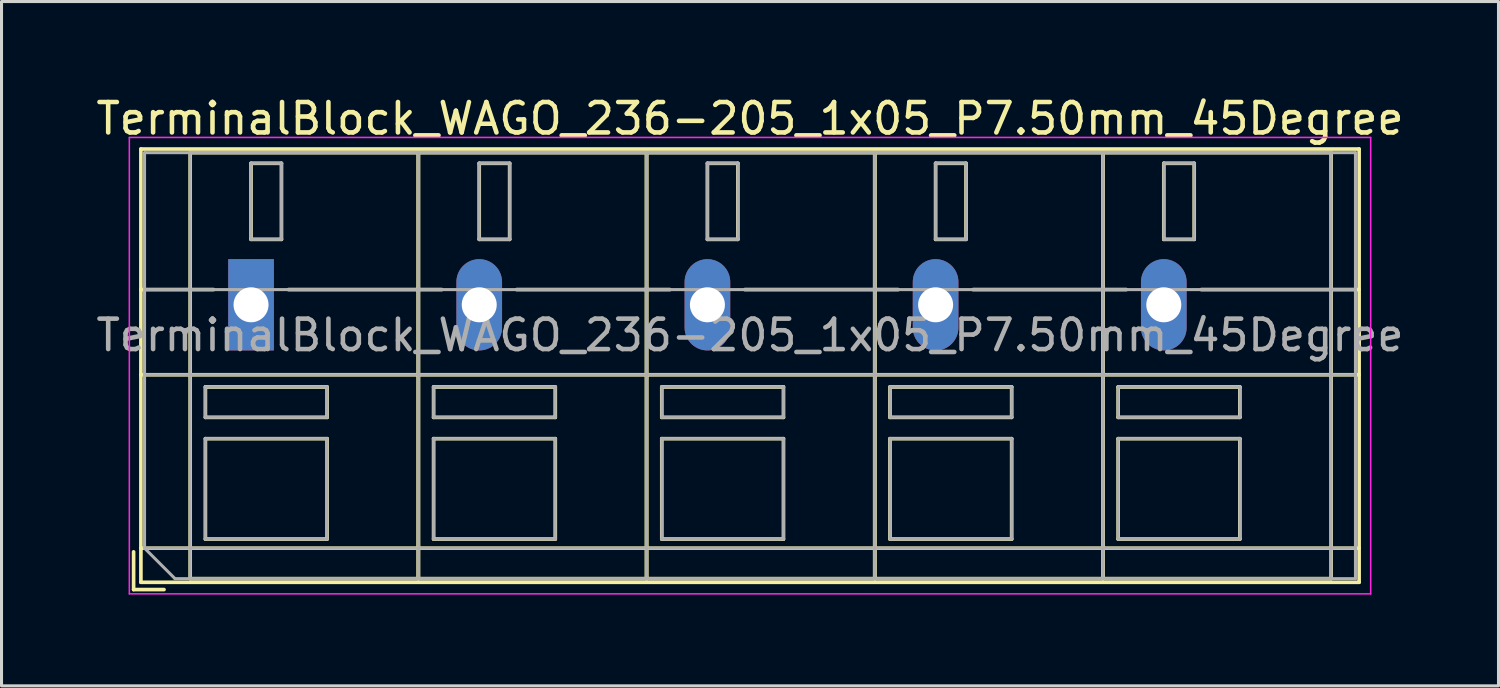
<source format=kicad_pcb>
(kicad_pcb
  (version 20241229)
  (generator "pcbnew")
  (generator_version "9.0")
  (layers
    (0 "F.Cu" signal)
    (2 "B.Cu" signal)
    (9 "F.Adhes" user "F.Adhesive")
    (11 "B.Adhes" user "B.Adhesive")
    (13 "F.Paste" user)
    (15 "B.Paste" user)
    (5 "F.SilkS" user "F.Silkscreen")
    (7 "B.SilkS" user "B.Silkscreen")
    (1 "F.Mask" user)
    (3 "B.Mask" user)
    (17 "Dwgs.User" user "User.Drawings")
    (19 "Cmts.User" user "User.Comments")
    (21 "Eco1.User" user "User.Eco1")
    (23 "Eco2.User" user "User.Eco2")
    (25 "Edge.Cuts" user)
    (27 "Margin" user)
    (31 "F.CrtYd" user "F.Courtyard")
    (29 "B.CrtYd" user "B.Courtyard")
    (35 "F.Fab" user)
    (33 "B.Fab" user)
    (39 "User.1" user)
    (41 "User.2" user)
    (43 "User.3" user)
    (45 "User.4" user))
  (footprint "TerminalBlock_WAGO_236-205_1x05_P7.50mm_45Degree"
    (layer "F.Cu")
    (at 5.201 6.968)
    (property "Reference" "TerminalBlock_WAGO_236-205_1x05_P7.50mm_45Degree" (at 16.4 -6.12 0) (layer "F.SilkS") (effects (font (size 1 1) (thickness 0.15))))
    (attr through_hole)
    (fp_line (start -3.86 8.12) (end -3.86 9.36) (stroke (width 0.12) (type solid)) (layer "F.SilkS"))
    (fp_line (start -3.86 9.36) (end -2.86 9.36) (stroke (width 0.12) (type solid)) (layer "F.SilkS"))
    (fp_line (start -3.62 -5.12) (end -3.62 9.12) (stroke (width 0.12) (type solid)) (layer "F.SilkS"))
    (fp_line (start -3.62 -5.12) (end 36.42 -5.12) (stroke (width 0.12) (type solid)) (layer "F.SilkS"))
    (fp_line (start -3.62 -0.5) (end -1.23 -0.5) (stroke (width 0.12) (type solid)) (layer "F.SilkS"))
    (fp_line (start -3.62 2.3) (end 36.42 2.3) (stroke (width 0.12) (type solid)) (layer "F.SilkS"))
    (fp_line (start -3.62 8) (end 36.42 8) (stroke (width 0.12) (type solid)) (layer "F.SilkS"))
    (fp_line (start -3.62 9.12) (end 36.42 9.12) (stroke (width 0.12) (type solid)) (layer "F.SilkS"))
    (fp_line (start -2 -5) (end -2 9) (stroke (width 0.12) (type solid)) (layer "F.SilkS"))
    (fp_line (start -2 -5) (end 5.5 -5) (stroke (width 0.12) (type solid)) (layer "F.SilkS"))
    (fp_line (start -2 9) (end 5.5 9) (stroke (width 0.12) (type solid)) (layer "F.SilkS"))
    (fp_line (start -1.5 2.7) (end -1.5 3.7) (stroke (width 0.12) (type solid)) (layer "F.SilkS"))
    (fp_line (start -1.5 2.7) (end 2.5 2.7) (stroke (width 0.12) (type solid)) (layer "F.SilkS"))
    (fp_line (start -1.5 3.7) (end 2.5 3.7) (stroke (width 0.12) (type solid)) (layer "F.SilkS"))
    (fp_line (start -1.5 4.4) (end -1.5 7.7) (stroke (width 0.12) (type solid)) (layer "F.SilkS"))
    (fp_line (start -1.5 4.4) (end 2.5 4.4) (stroke (width 0.12) (type solid)) (layer "F.SilkS"))
    (fp_line (start -1.5 7.7) (end 2.5 7.7) (stroke (width 0.12) (type solid)) (layer "F.SilkS"))
    (fp_line (start 0 -4.65) (end 0 -2.151) (stroke (width 0.12) (type solid)) (layer "F.SilkS"))
    (fp_line (start 0 -4.65) (end 1 -4.65) (stroke (width 0.12) (type solid)) (layer "F.SilkS"))
    (fp_line (start 0 -2.151) (end 1 -2.151) (stroke (width 0.12) (type solid)) (layer "F.SilkS"))
    (fp_line (start 1 -4.65) (end 1 -2.151) (stroke (width 0.12) (type solid)) (layer "F.SilkS"))
    (fp_line (start 1.23 -0.5) (end 6.27 -0.5) (stroke (width 0.12) (type solid)) (layer "F.SilkS"))
    (fp_line (start 2.5 2.7) (end 2.5 3.7) (stroke (width 0.12) (type solid)) (layer "F.SilkS"))
    (fp_line (start 2.5 4.4) (end 2.5 7.7) (stroke (width 0.12) (type solid)) (layer "F.SilkS"))
    (fp_line (start 5.5 -5) (end 5.5 9) (stroke (width 0.12) (type solid)) (layer "F.SilkS"))
    (fp_line (start 5.5 -5) (end 5.5 9) (stroke (width 0.12) (type solid)) (layer "F.SilkS"))
    (fp_line (start 5.5 -5) (end 13 -5) (stroke (width 0.12) (type solid)) (layer "F.SilkS"))
    (fp_line (start 5.5 9) (end 13 9) (stroke (width 0.12) (type solid)) (layer "F.SilkS"))
    (fp_line (start 6 2.7) (end 6 3.7) (stroke (width 0.12) (type solid)) (layer "F.SilkS"))
    (fp_line (start 6 2.7) (end 10 2.7) (stroke (width 0.12) (type solid)) (layer "F.SilkS"))
    (fp_line (start 6 3.7) (end 10 3.7) (stroke (width 0.12) (type solid)) (layer "F.SilkS"))
    (fp_line (start 6 4.4) (end 6 7.7) (stroke (width 0.12) (type solid)) (layer "F.SilkS"))
    (fp_line (start 6 4.4) (end 10 4.4) (stroke (width 0.12) (type solid)) (layer "F.SilkS"))
    (fp_line (start 6 7.7) (end 10 7.7) (stroke (width 0.12) (type solid)) (layer "F.SilkS"))
    (fp_line (start 7.5 -4.65) (end 7.5 -2.151) (stroke (width 0.12) (type solid)) (layer "F.SilkS"))
    (fp_line (start 7.5 -4.65) (end 8.5 -4.65) (stroke (width 0.12) (type solid)) (layer "F.SilkS"))
    (fp_line (start 7.5 -2.151) (end 8.5 -2.151) (stroke (width 0.12) (type solid)) (layer "F.SilkS"))
    (fp_line (start 8.5 -4.65) (end 8.5 -2.151) (stroke (width 0.12) (type solid)) (layer "F.SilkS"))
    (fp_line (start 8.73 -0.5) (end 13.77 -0.5) (stroke (width 0.12) (type solid)) (layer "F.SilkS"))
    (fp_line (start 10 2.7) (end 10 3.7) (stroke (width 0.12) (type solid)) (layer "F.SilkS"))
    (fp_line (start 10 4.4) (end 10 7.7) (stroke (width 0.12) (type solid)) (layer "F.SilkS"))
    (fp_line (start 13 -5) (end 13 9) (stroke (width 0.12) (type solid)) (layer "F.SilkS"))
    (fp_line (start 13 -5) (end 13 9) (stroke (width 0.12) (type solid)) (layer "F.SilkS"))
    (fp_line (start 13 -5) (end 20.5 -5) (stroke (width 0.12) (type solid)) (layer "F.SilkS"))
    (fp_line (start 13 9) (end 20.5 9) (stroke (width 0.12) (type solid)) (layer "F.SilkS"))
    (fp_line (start 13.5 2.7) (end 13.5 3.7) (stroke (width 0.12) (type solid)) (layer "F.SilkS"))
    (fp_line (start 13.5 2.7) (end 17.5 2.7) (stroke (width 0.12) (type solid)) (layer "F.SilkS"))
    (fp_line (start 13.5 3.7) (end 17.5 3.7) (stroke (width 0.12) (type solid)) (layer "F.SilkS"))
    (fp_line (start 13.5 4.4) (end 13.5 7.7) (stroke (width 0.12) (type solid)) (layer "F.SilkS"))
    (fp_line (start 13.5 4.4) (end 17.5 4.4) (stroke (width 0.12) (type solid)) (layer "F.SilkS"))
    (fp_line (start 13.5 7.7) (end 17.5 7.7) (stroke (width 0.12) (type solid)) (layer "F.SilkS"))
    (fp_line (start 15 -4.65) (end 15 -2.151) (stroke (width 0.12) (type solid)) (layer "F.SilkS"))
    (fp_line (start 15 -4.65) (end 16 -4.65) (stroke (width 0.12) (type solid)) (layer "F.SilkS"))
    (fp_line (start 15 -2.151) (end 16 -2.151) (stroke (width 0.12) (type solid)) (layer "F.SilkS"))
    (fp_line (start 16 -4.65) (end 16 -2.151) (stroke (width 0.12) (type solid)) (layer "F.SilkS"))
    (fp_line (start 16.23 -0.5) (end 21.27 -0.5) (stroke (width 0.12) (type solid)) (layer "F.SilkS"))
    (fp_line (start 17.5 2.7) (end 17.5 3.7) (stroke (width 0.12) (type solid)) (layer "F.SilkS"))
    (fp_line (start 17.5 4.4) (end 17.5 7.7) (stroke (width 0.12) (type solid)) (layer "F.SilkS"))
    (fp_line (start 20.5 -5) (end 20.5 9) (stroke (width 0.12) (type solid)) (layer "F.SilkS"))
    (fp_line (start 20.5 -5) (end 20.5 9) (stroke (width 0.12) (type solid)) (layer "F.SilkS"))
    (fp_line (start 20.5 -5) (end 28 -5) (stroke (width 0.12) (type solid)) (layer "F.SilkS"))
    (fp_line (start 20.5 9) (end 28 9) (stroke (width 0.12) (type solid)) (layer "F.SilkS"))
    (fp_line (start 21 2.7) (end 21 3.7) (stroke (width 0.12) (type solid)) (layer "F.SilkS"))
    (fp_line (start 21 2.7) (end 25 2.7) (stroke (width 0.12) (type solid)) (layer "F.SilkS"))
    (fp_line (start 21 3.7) (end 25 3.7) (stroke (width 0.12) (type solid)) (layer "F.SilkS"))
    (fp_line (start 21 4.4) (end 21 7.7) (stroke (width 0.12) (type solid)) (layer "F.SilkS"))
    (fp_line (start 21 4.4) (end 25 4.4) (stroke (width 0.12) (type solid)) (layer "F.SilkS"))
    (fp_line (start 21 7.7) (end 25 7.7) (stroke (width 0.12) (type solid)) (layer "F.SilkS"))
    (fp_line (start 22.5 -4.65) (end 22.5 -2.151) (stroke (width 0.12) (type solid)) (layer "F.SilkS"))
    (fp_line (start 22.5 -4.65) (end 23.5 -4.65) (stroke (width 0.12) (type solid)) (layer "F.SilkS"))
    (fp_line (start 22.5 -2.151) (end 23.5 -2.151) (stroke (width 0.12) (type solid)) (layer "F.SilkS"))
    (fp_line (start 23.5 -4.65) (end 23.5 -2.151) (stroke (width 0.12) (type solid)) (layer "F.SilkS"))
    (fp_line (start 23.73 -0.5) (end 28.77 -0.5) (stroke (width 0.12) (type solid)) (layer "F.SilkS"))
    (fp_line (start 25 2.7) (end 25 3.7) (stroke (width 0.12) (type solid)) (layer "F.SilkS"))
    (fp_line (start 25 4.4) (end 25 7.7) (stroke (width 0.12) (type solid)) (layer "F.SilkS"))
    (fp_line (start 28 -5) (end 28 9) (stroke (width 0.12) (type solid)) (layer "F.SilkS"))
    (fp_line (start 28 -5) (end 28 9) (stroke (width 0.12) (type solid)) (layer "F.SilkS"))
    (fp_line (start 28 -5) (end 35.5 -5) (stroke (width 0.12) (type solid)) (layer "F.SilkS"))
    (fp_line (start 28 9) (end 35.5 9) (stroke (width 0.12) (type solid)) (layer "F.SilkS"))
    (fp_line (start 28.5 2.7) (end 28.5 3.7) (stroke (width 0.12) (type solid)) (layer "F.SilkS"))
    (fp_line (start 28.5 2.7) (end 32.5 2.7) (stroke (width 0.12) (type solid)) (layer "F.SilkS"))
    (fp_line (start 28.5 3.7) (end 32.5 3.7) (stroke (width 0.12) (type solid)) (layer "F.SilkS"))
    (fp_line (start 28.5 4.4) (end 28.5 7.7) (stroke (width 0.12) (type solid)) (layer "F.SilkS"))
    (fp_line (start 28.5 4.4) (end 32.5 4.4) (stroke (width 0.12) (type solid)) (layer "F.SilkS"))
    (fp_line (start 28.5 7.7) (end 32.5 7.7) (stroke (width 0.12) (type solid)) (layer "F.SilkS"))
    (fp_line (start 30 -4.65) (end 30 -2.151) (stroke (width 0.12) (type solid)) (layer "F.SilkS"))
    (fp_line (start 30 -4.65) (end 31 -4.65) (stroke (width 0.12) (type solid)) (layer "F.SilkS"))
    (fp_line (start 30 -2.151) (end 31 -2.151) (stroke (width 0.12) (type solid)) (layer "F.SilkS"))
    (fp_line (start 31 -4.65) (end 31 -2.151) (stroke (width 0.12) (type solid)) (layer "F.SilkS"))
    (fp_line (start 31.23 -0.5) (end 36.42 -0.5) (stroke (width 0.12) (type solid)) (layer "F.SilkS"))
    (fp_line (start 32.5 2.7) (end 32.5 3.7) (stroke (width 0.12) (type solid)) (layer "F.SilkS"))
    (fp_line (start 32.5 4.4) (end 32.5 7.7) (stroke (width 0.12) (type solid)) (layer "F.SilkS"))
    (fp_line (start 35.5 -5) (end 35.5 9) (stroke (width 0.12) (type solid)) (layer "F.SilkS"))
    (fp_line (start 36.42 -5.12) (end 36.42 9.12) (stroke (width 0.12) (type solid)) (layer "F.SilkS"))
    (fp_line (start -4 -5.5) (end -4 9.5) (stroke (width 0.05) (type solid)) (layer "F.CrtYd"))
    (fp_line (start -4 9.5) (end 36.8 9.5) (stroke (width 0.05) (type solid)) (layer "F.CrtYd"))
    (fp_line (start 36.8 -5.5) (end -4 -5.5) (stroke (width 0.05) (type solid)) (layer "F.CrtYd"))
    (fp_line (start 36.8 9.5) (end 36.8 -5.5) (stroke (width 0.05) (type solid)) (layer "F.CrtYd"))
    (fp_line (start -3.5 -5) (end 36.3 -5) (stroke (width 0.1) (type solid)) (layer "F.Fab"))
    (fp_line (start -3.5 -0.5) (end 36.3 -0.5) (stroke (width 0.1) (type solid)) (layer "F.Fab"))
    (fp_line (start -3.5 2.3) (end 36.3 2.3) (stroke (width 0.1) (type solid)) (layer "F.Fab"))
    (fp_line (start -3.5 8) (end -3.5 -5) (stroke (width 0.1) (type solid)) (layer "F.Fab"))
    (fp_line (start -3.5 8) (end 36.3 8) (stroke (width 0.1) (type solid)) (layer "F.Fab"))
    (fp_line (start -2.5 9) (end -3.5 8) (stroke (width 0.1) (type solid)) (layer "F.Fab"))
    (fp_line (start -2 -5) (end -2 9) (stroke (width 0.1) (type solid)) (layer "F.Fab"))
    (fp_line (start -2 9) (end 5.5 9) (stroke (width 0.1) (type solid)) (layer "F.Fab"))
    (fp_line (start -1.5 2.7) (end -1.5 3.7) (stroke (width 0.1) (type solid)) (layer "F.Fab"))
    (fp_line (start -1.5 3.7) (end 2.5 3.7) (stroke (width 0.1) (type solid)) (layer "F.Fab"))
    (fp_line (start -1.5 4.4) (end -1.5 7.7) (stroke (width 0.1) (type solid)) (layer "F.Fab"))
    (fp_line (start -1.5 7.7) (end 2.5 7.7) (stroke (width 0.1) (type solid)) (layer "F.Fab"))
    (fp_line (start 0 -4.65) (end 0 -2.15) (stroke (width 0.1) (type solid)) (layer "F.Fab"))
    (fp_line (start 0 -2.15) (end 1 -2.15) (stroke (width 0.1) (type solid)) (layer "F.Fab"))
    (fp_line (start 1 -4.65) (end 0 -4.65) (stroke (width 0.1) (type solid)) (layer "F.Fab"))
    (fp_line (start 1 -2.15) (end 1 -4.65) (stroke (width 0.1) (type solid)) (layer "F.Fab"))
    (fp_line (start 2.5 2.7) (end -1.5 2.7) (stroke (width 0.1) (type solid)) (layer "F.Fab"))
    (fp_line (start 2.5 3.7) (end 2.5 2.7) (stroke (width 0.1) (type solid)) (layer "F.Fab"))
    (fp_line (start 2.5 4.4) (end -1.5 4.4) (stroke (width 0.1) (type solid)) (layer "F.Fab"))
    (fp_line (start 2.5 7.7) (end 2.5 4.4) (stroke (width 0.1) (type solid)) (layer "F.Fab"))
    (fp_line (start 5.5 -5) (end -2 -5) (stroke (width 0.1) (type solid)) (layer "F.Fab"))
    (fp_line (start 5.5 -5) (end 5.5 9) (stroke (width 0.1) (type solid)) (layer "F.Fab"))
    (fp_line (start 5.5 9) (end 5.5 -5) (stroke (width 0.1) (type solid)) (layer "F.Fab"))
    (fp_line (start 5.5 9) (end 13 9) (stroke (width 0.1) (type solid)) (layer "F.Fab"))
    (fp_line (start 6 2.7) (end 6 3.7) (stroke (width 0.1) (type solid)) (layer "F.Fab"))
    (fp_line (start 6 3.7) (end 10 3.7) (stroke (width 0.1) (type solid)) (layer "F.Fab"))
    (fp_line (start 6 4.4) (end 6 7.7) (stroke (width 0.1) (type solid)) (layer "F.Fab"))
    (fp_line (start 6 7.7) (end 10 7.7) (stroke (width 0.1) (type solid)) (layer "F.Fab"))
    (fp_line (start 7.5 -4.65) (end 7.5 -2.15) (stroke (width 0.1) (type solid)) (layer "F.Fab"))
    (fp_line (start 7.5 -2.15) (end 8.5 -2.15) (stroke (width 0.1) (type solid)) (layer "F.Fab"))
    (fp_line (start 8.5 -4.65) (end 7.5 -4.65) (stroke (width 0.1) (type solid)) (layer "F.Fab"))
    (fp_line (start 8.5 -2.15) (end 8.5 -4.65) (stroke (width 0.1) (type solid)) (layer "F.Fab"))
    (fp_line (start 10 2.7) (end 6 2.7) (stroke (width 0.1) (type solid)) (layer "F.Fab"))
    (fp_line (start 10 3.7) (end 10 2.7) (stroke (width 0.1) (type solid)) (layer "F.Fab"))
    (fp_line (start 10 4.4) (end 6 4.4) (stroke (width 0.1) (type solid)) (layer "F.Fab"))
    (fp_line (start 10 7.7) (end 10 4.4) (stroke (width 0.1) (type solid)) (layer "F.Fab"))
    (fp_line (start 13 -5) (end 5.5 -5) (stroke (width 0.1) (type solid)) (layer "F.Fab"))
    (fp_line (start 13 -5) (end 13 9) (stroke (width 0.1) (type solid)) (layer "F.Fab"))
    (fp_line (start 13 9) (end 13 -5) (stroke (width 0.1) (type solid)) (layer "F.Fab"))
    (fp_line (start 13 9) (end 20.5 9) (stroke (width 0.1) (type solid)) (layer "F.Fab"))
    (fp_line (start 13.5 2.7) (end 13.5 3.7) (stroke (width 0.1) (type solid)) (layer "F.Fab"))
    (fp_line (start 13.5 3.7) (end 17.5 3.7) (stroke (width 0.1) (type solid)) (layer "F.Fab"))
    (fp_line (start 13.5 4.4) (end 13.5 7.7) (stroke (width 0.1) (type solid)) (layer "F.Fab"))
    (fp_line (start 13.5 7.7) (end 17.5 7.7) (stroke (width 0.1) (type solid)) (layer "F.Fab"))
    (fp_line (start 15 -4.65) (end 15 -2.15) (stroke (width 0.1) (type solid)) (layer "F.Fab"))
    (fp_line (start 15 -2.15) (end 16 -2.15) (stroke (width 0.1) (type solid)) (layer "F.Fab"))
    (fp_line (start 16 -4.65) (end 15 -4.65) (stroke (width 0.1) (type solid)) (layer "F.Fab"))
    (fp_line (start 16 -2.15) (end 16 -4.65) (stroke (width 0.1) (type solid)) (layer "F.Fab"))
    (fp_line (start 17.5 2.7) (end 13.5 2.7) (stroke (width 0.1) (type solid)) (layer "F.Fab"))
    (fp_line (start 17.5 3.7) (end 17.5 2.7) (stroke (width 0.1) (type solid)) (layer "F.Fab"))
    (fp_line (start 17.5 4.4) (end 13.5 4.4) (stroke (width 0.1) (type solid)) (layer "F.Fab"))
    (fp_line (start 17.5 7.7) (end 17.5 4.4) (stroke (width 0.1) (type solid)) (layer "F.Fab"))
    (fp_line (start 20.5 -5) (end 13 -5) (stroke (width 0.1) (type solid)) (layer "F.Fab"))
    (fp_line (start 20.5 -5) (end 20.5 9) (stroke (width 0.1) (type solid)) (layer "F.Fab"))
    (fp_line (start 20.5 9) (end 20.5 -5) (stroke (width 0.1) (type solid)) (layer "F.Fab"))
    (fp_line (start 20.5 9) (end 28 9) (stroke (width 0.1) (type solid)) (layer "F.Fab"))
    (fp_line (start 21 2.7) (end 21 3.7) (stroke (width 0.1) (type solid)) (layer "F.Fab"))
    (fp_line (start 21 3.7) (end 25 3.7) (stroke (width 0.1) (type solid)) (layer "F.Fab"))
    (fp_line (start 21 4.4) (end 21 7.7) (stroke (width 0.1) (type solid)) (layer "F.Fab"))
    (fp_line (start 21 7.7) (end 25 7.7) (stroke (width 0.1) (type solid)) (layer "F.Fab"))
    (fp_line (start 22.5 -4.65) (end 22.5 -2.15) (stroke (width 0.1) (type solid)) (layer "F.Fab"))
    (fp_line (start 22.5 -2.15) (end 23.5 -2.15) (stroke (width 0.1) (type solid)) (layer "F.Fab"))
    (fp_line (start 23.5 -4.65) (end 22.5 -4.65) (stroke (width 0.1) (type solid)) (layer "F.Fab"))
    (fp_line (start 23.5 -2.15) (end 23.5 -4.65) (stroke (width 0.1) (type solid)) (layer "F.Fab"))
    (fp_line (start 25 2.7) (end 21 2.7) (stroke (width 0.1) (type solid)) (layer "F.Fab"))
    (fp_line (start 25 3.7) (end 25 2.7) (stroke (width 0.1) (type solid)) (layer "F.Fab"))
    (fp_line (start 25 4.4) (end 21 4.4) (stroke (width 0.1) (type solid)) (layer "F.Fab"))
    (fp_line (start 25 7.7) (end 25 4.4) (stroke (width 0.1) (type solid)) (layer "F.Fab"))
    (fp_line (start 28 -5) (end 20.5 -5) (stroke (width 0.1) (type solid)) (layer "F.Fab"))
    (fp_line (start 28 -5) (end 28 9) (stroke (width 0.1) (type solid)) (layer "F.Fab"))
    (fp_line (start 28 9) (end 28 -5) (stroke (width 0.1) (type solid)) (layer "F.Fab"))
    (fp_line (start 28 9) (end 35.5 9) (stroke (width 0.1) (type solid)) (layer "F.Fab"))
    (fp_line (start 28.5 2.7) (end 28.5 3.7) (stroke (width 0.1) (type solid)) (layer "F.Fab"))
    (fp_line (start 28.5 3.7) (end 32.5 3.7) (stroke (width 0.1) (type solid)) (layer "F.Fab"))
    (fp_line (start 28.5 4.4) (end 28.5 7.7) (stroke (width 0.1) (type solid)) (layer "F.Fab"))
    (fp_line (start 28.5 7.7) (end 32.5 7.7) (stroke (width 0.1) (type solid)) (layer "F.Fab"))
    (fp_line (start 30 -4.65) (end 30 -2.15) (stroke (width 0.1) (type solid)) (layer "F.Fab"))
    (fp_line (start 30 -2.15) (end 31 -2.15) (stroke (width 0.1) (type solid)) (layer "F.Fab"))
    (fp_line (start 31 -4.65) (end 30 -4.65) (stroke (width 0.1) (type solid)) (layer "F.Fab"))
    (fp_line (start 31 -2.15) (end 31 -4.65) (stroke (width 0.1) (type solid)) (layer "F.Fab"))
    (fp_line (start 32.5 2.7) (end 28.5 2.7) (stroke (width 0.1) (type solid)) (layer "F.Fab"))
    (fp_line (start 32.5 3.7) (end 32.5 2.7) (stroke (width 0.1) (type solid)) (layer "F.Fab"))
    (fp_line (start 32.5 4.4) (end 28.5 4.4) (stroke (width 0.1) (type solid)) (layer "F.Fab"))
    (fp_line (start 32.5 7.7) (end 32.5 4.4) (stroke (width 0.1) (type solid)) (layer "F.Fab"))
    (fp_line (start 35.5 -5) (end 28 -5) (stroke (width 0.1) (type solid)) (layer "F.Fab"))
    (fp_line (start 35.5 9) (end 35.5 -5) (stroke (width 0.1) (type solid)) (layer "F.Fab"))
    (fp_line (start 36.3 -5) (end 36.3 9) (stroke (width 0.1) (type solid)) (layer "F.Fab"))
    (fp_line (start 36.3 9) (end -2.5 9) (stroke (width 0.1) (type solid)) (layer "F.Fab"))
    (fp_text user "${REFERENCE}" (at 16.4 1 0) (layer "F.Fab") (effects (font (size 1 1) (thickness 0.15))))
    (pad "1" thru_hole rect (at 0 0) (size 1.5 3) (drill 1.15) (layers "*.Cu" "*.Mask"))
    (pad "2" thru_hole oval (at 7.5 0) (size 1.5 3) (drill 1.15) (layers "*.Cu" "*.Mask"))
    (pad "3" thru_hole oval (at 15 0) (size 1.5 3) (drill 1.15) (layers "*.Cu" "*.Mask"))
    (pad "4" thru_hole oval (at 22.5 0) (size 1.5 3) (drill 1.15) (layers "*.Cu" "*.Mask"))
    (pad "5" thru_hole oval (at 30 0) (size 1.5 3) (drill 1.15) (layers "*.Cu" "*.Mask")))
  (gr_rect
    (start -3 -3)
    (end 46.202 19.493)
    (stroke (width 0.1) (type default))
    (fill no)
    (layer "Edge.Cuts")))
</source>
